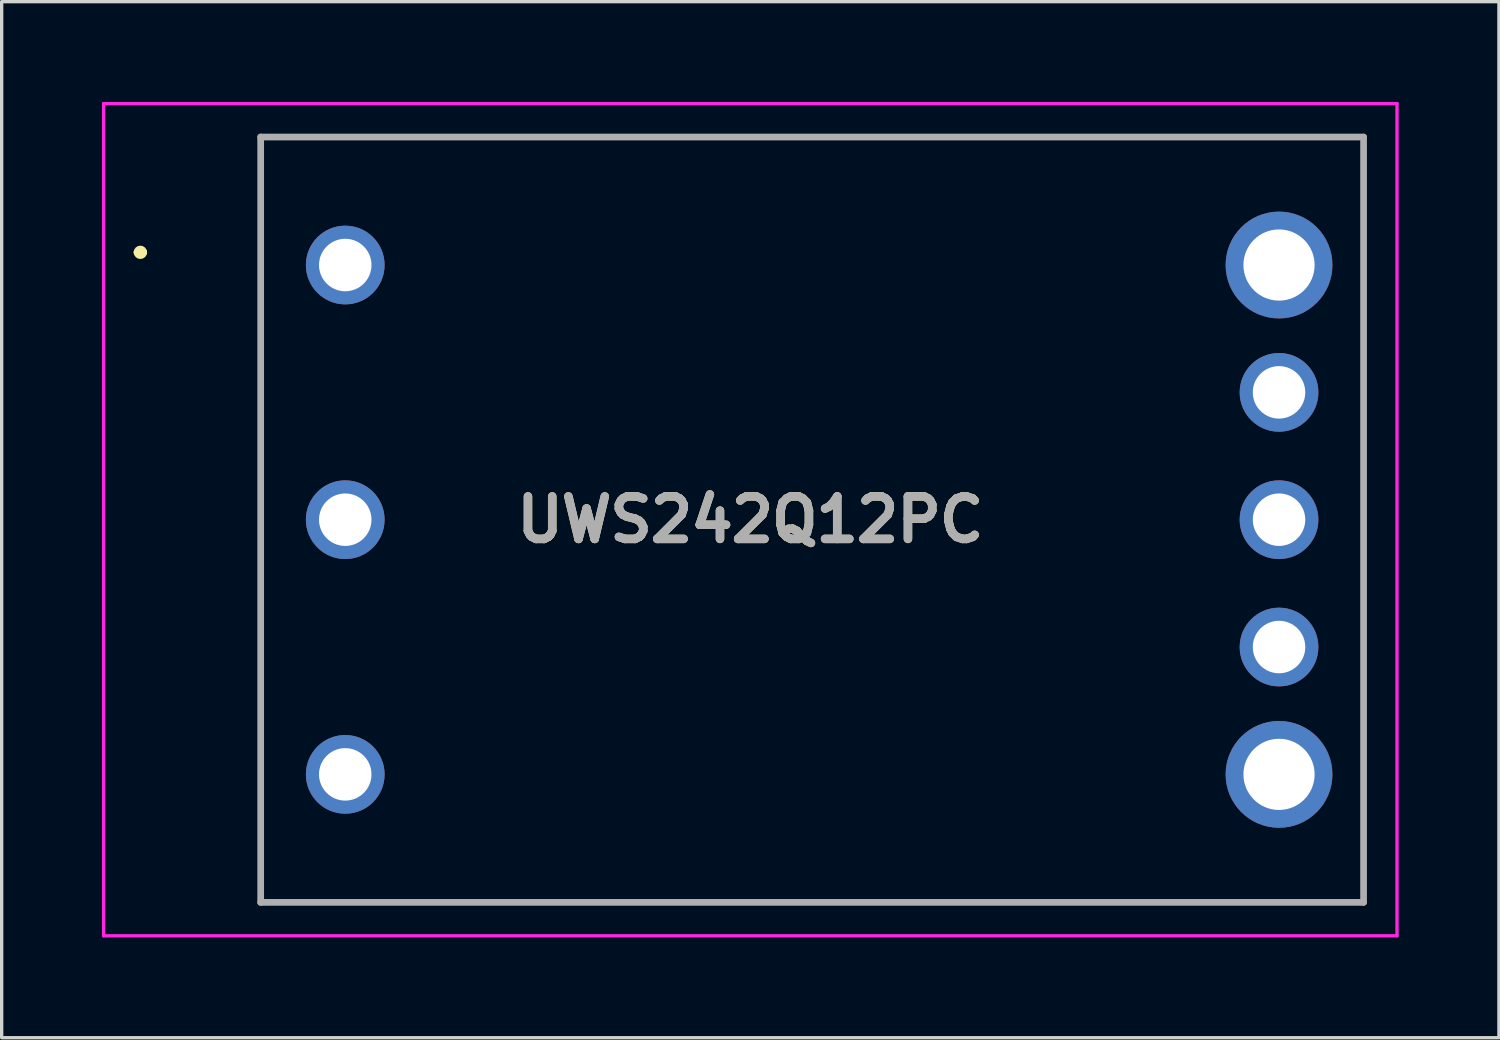
<source format=kicad_pcb>
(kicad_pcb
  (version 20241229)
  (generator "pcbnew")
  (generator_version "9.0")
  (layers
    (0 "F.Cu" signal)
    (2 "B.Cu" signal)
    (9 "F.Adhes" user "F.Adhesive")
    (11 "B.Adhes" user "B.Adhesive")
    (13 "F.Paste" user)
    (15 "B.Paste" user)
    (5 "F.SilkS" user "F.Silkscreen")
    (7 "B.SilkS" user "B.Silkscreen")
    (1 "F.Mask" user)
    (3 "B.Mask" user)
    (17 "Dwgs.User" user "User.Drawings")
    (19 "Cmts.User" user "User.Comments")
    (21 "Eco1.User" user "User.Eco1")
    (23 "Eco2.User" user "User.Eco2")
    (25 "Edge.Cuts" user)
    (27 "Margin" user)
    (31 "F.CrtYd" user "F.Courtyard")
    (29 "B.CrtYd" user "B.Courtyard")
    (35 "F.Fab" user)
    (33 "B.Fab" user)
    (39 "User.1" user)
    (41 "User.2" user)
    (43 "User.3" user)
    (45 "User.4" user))
  (footprint "UWS242Q12PC"
    (layer "F.Cu")
    (at 7.28 4.88)
    (property "Reference" "UWS242Q12PC" (at 12.12 7.62 0) (layer "F.SilkS") (effects (font (size 1.27 1.27) (thickness 0.254))))
    (attr through_hole)
    (fp_line (start -6.23 -0.38) (end -6.23 -0.38) (stroke (width 0.2) (type solid)) (layer "F.SilkS"))
    (fp_line (start -6.03 -0.38) (end -6.03 -0.38) (stroke (width 0.2) (type solid)) (layer "F.SilkS"))
    (fp_line (start -2.53 -3.83) (end 30.47 -3.83) (stroke (width 0.1) (type solid)) (layer "F.SilkS"))
    (fp_line (start -2.53 19.07) (end -2.53 -3.83) (stroke (width 0.1) (type solid)) (layer "F.SilkS"))
    (fp_line (start 30.47 -3.83) (end 30.47 19.07) (stroke (width 0.1) (type solid)) (layer "F.SilkS"))
    (fp_line (start 30.47 19.07) (end -2.53 19.07) (stroke (width 0.1) (type solid)) (layer "F.SilkS"))
    (fp_arc (start -6.23 -0.38) (mid -6.13 -0.48) (end -6.03 -0.38) (stroke (width 0.2) (type solid)) (layer "F.SilkS"))
    (fp_arc (start -6.03 -0.38) (mid -6.13 -0.28) (end -6.23 -0.38) (stroke (width 0.2) (type solid)) (layer "F.SilkS"))
    (fp_line (start -7.23 -4.83) (end 31.47 -4.83) (stroke (width 0.1) (type solid)) (layer "F.CrtYd"))
    (fp_line (start -7.23 20.07) (end -7.23 -4.83) (stroke (width 0.1) (type solid)) (layer "F.CrtYd"))
    (fp_line (start 31.47 -4.83) (end 31.47 20.07) (stroke (width 0.1) (type solid)) (layer "F.CrtYd"))
    (fp_line (start 31.47 20.07) (end -7.23 20.07) (stroke (width 0.1) (type solid)) (layer "F.CrtYd"))
    (fp_line (start -2.53 -3.83) (end 30.47 -3.83) (stroke (width 0.2) (type solid)) (layer "F.Fab"))
    (fp_line (start -2.53 19.07) (end -2.53 -3.83) (stroke (width 0.2) (type solid)) (layer "F.Fab"))
    (fp_line (start 30.47 -3.83) (end 30.47 19.07) (stroke (width 0.2) (type solid)) (layer "F.Fab"))
    (fp_line (start 30.47 19.07) (end -2.53 19.07) (stroke (width 0.2) (type solid)) (layer "F.Fab"))
    (fp_text user "${REFERENCE}" (at 12.12 7.62 0) (layer "F.Fab") (effects (font (size 1.27 1.27) (thickness 0.254))))
    (pad "1" thru_hole circle (at 0 0) (size 2.355 2.355) (drill 1.57) (layers "*.Cu" "*.Mask"))
    (pad "2" thru_hole circle (at 0 7.62) (size 2.355 2.355) (drill 1.57) (layers "*.Cu" "*.Mask"))
    (pad "3" thru_hole circle (at 0 15.24) (size 2.355 2.355) (drill 1.57) (layers "*.Cu" "*.Mask"))
    (pad "4" thru_hole circle (at 27.94 15.24) (size 3.195 3.195) (drill 2.13) (layers "*.Cu" "*.Mask"))
    (pad "5" thru_hole circle (at 27.94 11.43) (size 2.355 2.355) (drill 1.57) (layers "*.Cu" "*.Mask"))
    (pad "6" thru_hole circle (at 27.94 7.62) (size 2.355 2.355) (drill 1.57) (layers "*.Cu" "*.Mask"))
    (pad "7" thru_hole circle (at 27.94 3.81) (size 2.355 2.355) (drill 1.57) (layers "*.Cu" "*.Mask"))
    (pad "8" thru_hole circle (at 27.94 0) (size 3.195 3.195) (drill 2.13) (layers "*.Cu" "*.Mask")))
  (gr_rect
    (start -3 -3)
    (end 41.8 28)
    (stroke (width 0.1) (type default))
    (fill no)
    (layer "Edge.Cuts")))
</source>
